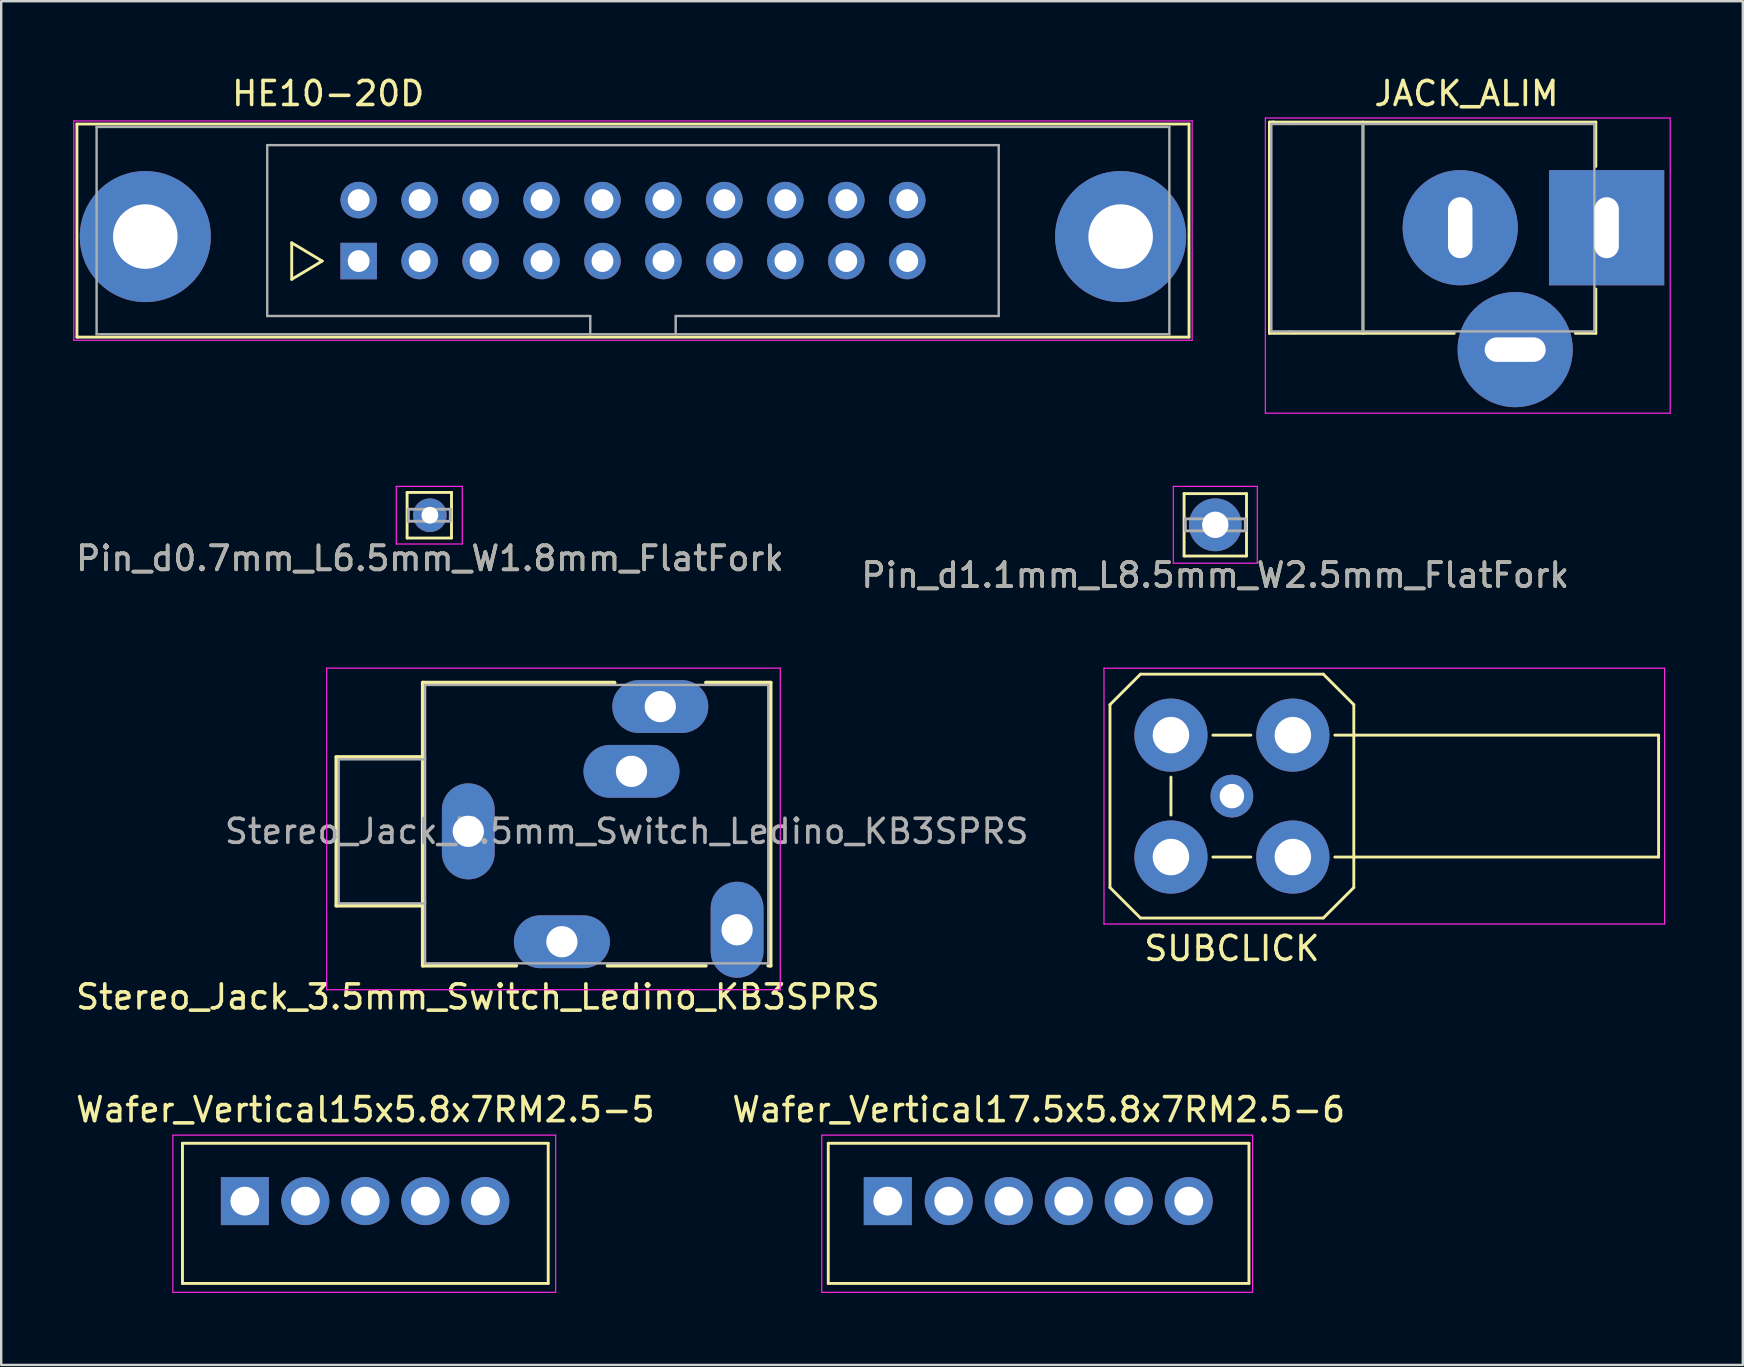
<source format=kicad_pcb>
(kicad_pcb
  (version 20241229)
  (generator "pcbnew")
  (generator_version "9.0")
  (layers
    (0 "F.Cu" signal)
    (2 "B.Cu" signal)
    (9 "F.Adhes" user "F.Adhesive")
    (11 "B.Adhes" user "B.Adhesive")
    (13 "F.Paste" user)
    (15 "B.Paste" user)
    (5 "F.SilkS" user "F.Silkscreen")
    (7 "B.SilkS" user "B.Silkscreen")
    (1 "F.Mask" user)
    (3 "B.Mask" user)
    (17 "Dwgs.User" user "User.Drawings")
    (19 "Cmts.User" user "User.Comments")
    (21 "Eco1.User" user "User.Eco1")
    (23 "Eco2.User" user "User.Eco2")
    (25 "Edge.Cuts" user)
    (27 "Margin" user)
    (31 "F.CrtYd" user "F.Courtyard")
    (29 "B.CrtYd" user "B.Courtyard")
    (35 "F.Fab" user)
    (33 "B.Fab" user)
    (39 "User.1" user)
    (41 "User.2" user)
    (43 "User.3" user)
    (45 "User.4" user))
  (footprint "Wafer_Vertical15x5.8x7RM2.5-5"
    (layer "F.Cu")
    (at 7.153 46.998)
    (property "Reference" "Wafer_Vertical15x5.8x7RM2.5-5" (at 5.02 -3.81 0) (layer "F.SilkS") (effects (font (size 1 1) (thickness 0.15))))
    (attr through_hole)
    (fp_line (start -2.6 -2.41) (end -2.6 3.43) (stroke (width 0.12) (type solid)) (layer "F.SilkS"))
    (fp_line (start -2.6 -2.41) (end 12.64 -2.41) (stroke (width 0.12) (type solid)) (layer "F.SilkS"))
    (fp_line (start 12.64 -2.41) (end 12.64 3.43) (stroke (width 0.12) (type solid)) (layer "F.SilkS"))
    (fp_line (start 12.64 3.43) (end -2.6 3.43) (stroke (width 0.12) (type solid)) (layer "F.SilkS"))
    (fp_line (start -3 -2.75) (end 12.95 -2.75) (stroke (width 0.05) (type solid)) (layer "F.CrtYd"))
    (fp_line (start -3 3.8) (end -3 -2.75) (stroke (width 0.05) (type solid)) (layer "F.CrtYd"))
    (fp_line (start 12.95 -2.75) (end 12.95 3.8) (stroke (width 0.05) (type solid)) (layer "F.CrtYd"))
    (fp_line (start 12.95 3.8) (end -3 3.8) (stroke (width 0.05) (type solid)) (layer "F.CrtYd"))
    (pad "1" thru_hole rect (at 0 0) (size 2 2) (drill 1.2) (layers "*.Cu" "*.Mask"))
    (pad "2" thru_hole circle (at 2.52 0) (size 2 2) (drill 1.2) (layers "*.Cu" "*.Mask"))
    (pad "3" thru_hole circle (at 5.02 0) (size 2 2) (drill 1.2) (layers "*.Cu" "*.Mask"))
    (pad "4" thru_hole circle (at 7.52 0) (size 2 2) (drill 1.2) (layers "*.Cu" "*.Mask"))
    (pad "5" thru_hole circle (at 10.02 0) (size 2 2) (drill 1.2) (layers "*.Cu" "*.Mask")))
  (footprint "Pin_d1.1mm_L8.5mm_W2.5mm_FlatFork"
    (layer "F.Cu")
    (at 47.589 18.818)
    (property "Reference" "Pin_d1.1mm_L8.5mm_W2.5mm_FlatFork" (at 0 2.1 0) (layer "F.SilkS") (effects (font (size 1 1) (thickness 0.15))))
    (attr through_hole)
    (fp_line (start -1.3 -1.3) (end 1.3 -1.3) (stroke (width 0.12) (type solid)) (layer "F.SilkS"))
    (fp_line (start -1.3 1.3) (end -1.3 -1.3) (stroke (width 0.12) (type solid)) (layer "F.SilkS"))
    (fp_line (start -1.3 1.3) (end 1.3 1.3) (stroke (width 0.12) (type solid)) (layer "F.SilkS"))
    (fp_line (start 1.3 -1.3) (end 1.3 1.3) (stroke (width 0.12) (type solid)) (layer "F.SilkS"))
    (fp_line (start -1.75 -1.6) (end -1.75 1.6) (stroke (width 0.05) (type solid)) (layer "F.CrtYd"))
    (fp_line (start -1.75 -1.6) (end 1.75 -1.6) (stroke (width 0.05) (type solid)) (layer "F.CrtYd"))
    (fp_line (start 1.75 1.6) (end -1.75 1.6) (stroke (width 0.05) (type solid)) (layer "F.CrtYd"))
    (fp_line (start 1.75 1.6) (end 1.75 -1.6) (stroke (width 0.05) (type solid)) (layer "F.CrtYd"))
    (fp_line (start -1.25 -0.25) (end -1.25 0.25) (stroke (width 0.12) (type solid)) (layer "F.Fab"))
    (fp_line (start -1.25 0.25) (end 1.25 0.25) (stroke (width 0.12) (type solid)) (layer "F.Fab"))
    (fp_line (start 1.25 -0.25) (end -1.25 -0.25) (stroke (width 0.12) (type solid)) (layer "F.Fab"))
    (fp_line (start 1.25 0.25) (end 1.25 -0.25) (stroke (width 0.12) (type solid)) (layer "F.Fab"))
    (fp_text user "${REFERENCE}" (at 0 2.1 0) (layer "F.Fab") (effects (font (size 1 1) (thickness 0.15))))
    (pad "1" thru_hole circle (at 0 0) (size 2.2 2.2) (drill 1.1) (layers "*.Cu" "*.Mask")))
  (footprint "SUBCLICK"
    (layer "F.Cu")
    (at 48.281 30.122)
    (property "Reference" "SUBCLICK" (at 0 6.35 0) (layer "F.SilkS") (effects (font (size 1 1) (thickness 0.15))))
    (attr through_hole)
    (fp_line (start -5.08 -3.81) (end -3.81 -5.08) (stroke (width 0.12) (type solid)) (layer "F.SilkS"))
    (fp_line (start -5.08 3.81) (end -5.08 -3.81) (stroke (width 0.12) (type solid)) (layer "F.SilkS"))
    (fp_line (start -3.81 -5.08) (end 3.81 -5.08) (stroke (width 0.12) (type solid)) (layer "F.SilkS"))
    (fp_line (start -3.81 5.08) (end -5.08 3.81) (stroke (width 0.12) (type solid)) (layer "F.SilkS"))
    (fp_line (start -2.54 -0.79) (end -2.54 0.79) (stroke (width 0.12) (type solid)) (layer "F.SilkS"))
    (fp_line (start -0.79 -2.54) (end 0.79 -2.54) (stroke (width 0.12) (type solid)) (layer "F.SilkS"))
    (fp_line (start 0.79 2.54) (end -0.79 2.54) (stroke (width 0.12) (type solid)) (layer "F.SilkS"))
    (fp_line (start 3.81 -5.08) (end 5.08 -3.81) (stroke (width 0.12) (type solid)) (layer "F.SilkS"))
    (fp_line (start 3.81 5.08) (end -3.81 5.08) (stroke (width 0.12) (type solid)) (layer "F.SilkS"))
    (fp_line (start 4.29 -2.54) (end 17.78 -2.54) (stroke (width 0.12) (type solid)) (layer "F.SilkS"))
    (fp_line (start 5.08 -3.81) (end 5.08 3.81) (stroke (width 0.12) (type solid)) (layer "F.SilkS"))
    (fp_line (start 5.08 3.81) (end 3.81 5.08) (stroke (width 0.12) (type solid)) (layer "F.SilkS"))
    (fp_line (start 17.78 -2.54) (end 17.78 2.54) (stroke (width 0.12) (type solid)) (layer "F.SilkS"))
    (fp_line (start 17.78 2.54) (end 4.29 2.54) (stroke (width 0.12) (type solid)) (layer "F.SilkS"))
    (fp_line (start -5.33 -5.33) (end -5.33 5.33) (stroke (width 0.05) (type solid)) (layer "F.CrtYd"))
    (fp_line (start -5.33 -5.33) (end 18.03 -5.33) (stroke (width 0.05) (type solid)) (layer "F.CrtYd"))
    (fp_line (start 18.03 5.33) (end -5.33 5.33) (stroke (width 0.05) (type solid)) (layer "F.CrtYd"))
    (fp_line (start 18.03 5.33) (end 18.03 -5.33) (stroke (width 0.05) (type solid)) (layer "F.CrtYd"))
    (pad "1" thru_hole circle (at 0 0) (size 1.78 1.78) (drill 1.02) (layers "*.Cu" "*.Mask"))
    (pad "2" thru_hole circle (at -2.54 -2.54) (size 3.05 3.05) (drill 1.52) (layers "*.Cu" "*.Mask"))
    (pad "2" thru_hole circle (at -2.54 2.54) (size 3.05 3.05) (drill 1.52) (layers "*.Cu" "*.Mask"))
    (pad "2" thru_hole circle (at 2.54 -2.54) (size 3.05 3.05) (drill 1.52) (layers "*.Cu" "*.Mask"))
    (pad "2" thru_hole circle (at 2.54 2.54) (size 3.05 3.05) (drill 1.52) (layers "*.Cu" "*.Mask")))
  (footprint "JACK_ALIM"
    (layer "F.Cu")
    (at 63.895 6.438)
    (property "Reference" "JACK_ALIM" (at -5.84 -5.59 0) (layer "F.SilkS") (effects (font (size 1 1) (thickness 0.15))))
    (attr through_hole)
    (fp_line (start -14.05 -4.4) (end -13.85 -4.4) (stroke (width 0.12) (type solid)) (layer "F.SilkS"))
    (fp_line (start -14.05 4.4) (end -14.05 -4.4) (stroke (width 0.12) (type solid)) (layer "F.SilkS"))
    (fp_line (start -13.95 -4.4) (end -0.45 -4.4) (stroke (width 0.12) (type solid)) (layer "F.SilkS"))
    (fp_line (start -10.15 -4.4) (end -10.15 4.4) (stroke (width 0.12) (type solid)) (layer "F.SilkS"))
    (fp_line (start -6.35 4.4) (end -14.05 4.4) (stroke (width 0.12) (type solid)) (layer "F.SilkS"))
    (fp_line (start -0.45 -4.4) (end -0.45 -2.55) (stroke (width 0.12) (type solid)) (layer "F.SilkS"))
    (fp_line (start -0.45 2.55) (end -0.45 4.4) (stroke (width 0.12) (type solid)) (layer "F.SilkS"))
    (fp_line (start -0.45 4.4) (end -1.3 4.4) (stroke (width 0.12) (type solid)) (layer "F.SilkS"))
    (fp_line (start -14.22 -4.57) (end -14.22 7.73) (stroke (width 0.05) (type solid)) (layer "F.CrtYd"))
    (fp_line (start -14.22 -4.57) (end 2.65 -4.57) (stroke (width 0.05) (type solid)) (layer "F.CrtYd"))
    (fp_line (start 2.65 7.73) (end -14.22 7.73) (stroke (width 0.05) (type solid)) (layer "F.CrtYd"))
    (fp_line (start 2.65 7.73) (end 2.65 -4.57) (stroke (width 0.05) (type solid)) (layer "F.CrtYd"))
    (fp_line (start -13.97 -4.32) (end -13.97 4.32) (stroke (width 0.1) (type solid)) (layer "F.Fab"))
    (fp_line (start -13.97 4.32) (end -13.21 4.32) (stroke (width 0.1) (type solid)) (layer "F.Fab"))
    (fp_line (start -13.21 -4.32) (end -13.97 -4.32) (stroke (width 0.1) (type solid)) (layer "F.Fab"))
    (fp_line (start -13.21 -4.32) (end -0.51 -4.32) (stroke (width 0.1) (type solid)) (layer "F.Fab"))
    (fp_line (start -13.21 4.32) (end -0.51 4.32) (stroke (width 0.1) (type solid)) (layer "F.Fab"))
    (fp_line (start -10.16 -4.32) (end -10.16 4.32) (stroke (width 0.1) (type solid)) (layer "F.Fab"))
    (fp_line (start -0.51 -4.32) (end -0.51 4.32) (stroke (width 0.1) (type solid)) (layer "F.Fab"))
    (pad "1" thru_hole rect (at 0 0) (size 4.8 4.8) (drill oval 1.02 2.54) (layers "*.Cu" "*.Mask"))
    (pad "2" thru_hole circle (at -6.1 0) (size 4.8 4.8) (drill oval 1.02 2.54) (layers "*.Cu" "*.Mask"))
    (pad "3" thru_hole circle (at -3.81 5.08) (size 4.8 4.8) (drill oval 2.54 1.02) (layers "*.Cu" "*.Mask")))
  (footprint "Pin_d0.7mm_L6.5mm_W1.8mm_FlatFork"
    (layer "F.Cu")
    (at 14.863 18.418)
    (property "Reference" "Pin_d0.7mm_L6.5mm_W1.8mm_FlatFork" (at 0 1.8 0) (layer "F.SilkS") (effects (font (size 1 1) (thickness 0.15))))
    (attr through_hole)
    (fp_line (start -0.95 -0.95) (end -0.95 0.95) (stroke (width 0.12) (type solid)) (layer "F.SilkS"))
    (fp_line (start -0.95 0.95) (end 0.9 0.95) (stroke (width 0.12) (type solid)) (layer "F.SilkS"))
    (fp_line (start 0.9 -0.95) (end -0.95 -0.95) (stroke (width 0.12) (type solid)) (layer "F.SilkS"))
    (fp_line (start 0.9 -0.9) (end 0.9 -0.95) (stroke (width 0.12) (type solid)) (layer "F.SilkS"))
    (fp_line (start 0.9 0.95) (end 0.9 -0.9) (stroke (width 0.12) (type solid)) (layer "F.SilkS"))
    (fp_line (start -1.4 -1.2) (end -1.4 1.2) (stroke (width 0.05) (type solid)) (layer "F.CrtYd"))
    (fp_line (start -1.4 -1.2) (end 1.35 -1.2) (stroke (width 0.05) (type solid)) (layer "F.CrtYd"))
    (fp_line (start 1.35 1.2) (end -1.4 1.2) (stroke (width 0.05) (type solid)) (layer "F.CrtYd"))
    (fp_line (start 1.35 1.2) (end 1.35 -1.2) (stroke (width 0.05) (type solid)) (layer "F.CrtYd"))
    (fp_line (start -0.9 -0.25) (end 0.85 -0.25) (stroke (width 0.12) (type solid)) (layer "F.Fab"))
    (fp_line (start -0.9 0.25) (end -0.9 -0.25) (stroke (width 0.12) (type solid)) (layer "F.Fab"))
    (fp_line (start 0.85 -0.25) (end 0.85 0.25) (stroke (width 0.12) (type solid)) (layer "F.Fab"))
    (fp_line (start 0.85 0.25) (end -0.9 0.25) (stroke (width 0.12) (type solid)) (layer "F.Fab"))
    (fp_text user "${REFERENCE}" (at 0 1.8 0) (layer "F.Fab") (effects (font (size 1 1) (thickness 0.15))))
    (pad "1" thru_hole circle (at 0 0) (size 1.4 1.4) (drill 0.7) (layers "*.Cu" "*.Mask")))
  (footprint "Stereo_Jack_3.5mm_Switch_Ledino_KB3SPRS"
    (layer "F.Cu")
    (at 20.363 36.191)
    (property "Reference" "Stereo_Jack_3.5mm_Switch_Ledino_KB3SPRS" (at -3.5 2.3 0) (layer "F.SilkS") (effects (font (size 1 1) (thickness 0.15))))
    (attr through_hole)
    (fp_line (start -9.4 -7.7) (end -9.4 -1.5) (stroke (width 0.15) (type solid)) (layer "F.SilkS"))
    (fp_line (start -9.4 -1.5) (end -5.8 -1.5) (stroke (width 0.15) (type solid)) (layer "F.SilkS"))
    (fp_line (start -5.8 -10.8) (end 2.2 -10.8) (stroke (width 0.15) (type solid)) (layer "F.SilkS"))
    (fp_line (start -5.8 -7.7) (end -9.4 -7.7) (stroke (width 0.15) (type solid)) (layer "F.SilkS"))
    (fp_line (start -5.8 1) (end -5.8 -10.8) (stroke (width 0.15) (type solid)) (layer "F.SilkS"))
    (fp_line (start -1.9 1) (end -5.8 1) (stroke (width 0.15) (type solid)) (layer "F.SilkS"))
    (fp_line (start 6 -10.8) (end 8.7 -10.8) (stroke (width 0.15) (type solid)) (layer "F.SilkS"))
    (fp_line (start 6 1) (end 1.9 1) (stroke (width 0.15) (type solid)) (layer "F.SilkS"))
    (fp_line (start 8.7 -10.8) (end 8.7 1) (stroke (width 0.15) (type solid)) (layer "F.SilkS"))
    (fp_line (start 8.7 1) (end 8.6 1) (stroke (width 0.15) (type solid)) (layer "F.SilkS"))
    (fp_line (start -9.8 -11.4) (end -9.8 2) (stroke (width 0.05) (type solid)) (layer "F.CrtYd"))
    (fp_line (start -9.8 2) (end 9.1 2) (stroke (width 0.05) (type solid)) (layer "F.CrtYd"))
    (fp_line (start 9.1 -11.4) (end -9.8 -11.4) (stroke (width 0.05) (type solid)) (layer "F.CrtYd"))
    (fp_line (start 9.1 2) (end 9.1 -11.4) (stroke (width 0.05) (type solid)) (layer "F.CrtYd"))
    (fp_line (start -9.3 -7.6) (end -9.3 -1.6) (stroke (width 0.1) (type solid)) (layer "F.Fab"))
    (fp_line (start -9.3 -7.6) (end -5.7 -7.6) (stroke (width 0.1) (type solid)) (layer "F.Fab"))
    (fp_line (start -9.3 -1.6) (end -5.7 -1.6) (stroke (width 0.1) (type solid)) (layer "F.Fab"))
    (fp_line (start -5.7 -10.7) (end -5.7 0.9) (stroke (width 0.1) (type solid)) (layer "F.Fab"))
    (fp_line (start -5.7 0.9) (end 8.6 0.9) (stroke (width 0.1) (type solid)) (layer "F.Fab"))
    (fp_line (start 8.6 -10.7) (end -5.7 -10.7) (stroke (width 0.1) (type solid)) (layer "F.Fab"))
    (fp_line (start 8.6 0.9) (end 8.6 -10.7) (stroke (width 0.1) (type solid)) (layer "F.Fab"))
    (fp_text user "${REFERENCE}" (at 2.7 -4.6 0) (layer "F.Fab") (effects (font (size 1 1) (thickness 0.15))))
    (pad "1" thru_hole oval (at 0 0) (size 4 2.2) (drill 1.3) (layers "*.Cu" "*.Mask"))
    (pad "2" thru_hole oval (at 4.1 -9.8) (size 4 2.2) (drill 1.3) (layers "*.Cu" "*.Mask"))
    (pad "3" thru_hole oval (at -3.9 -4.6) (size 2.2 4) (drill 1.3) (layers "*.Cu" "*.Mask"))
    (pad "4" thru_hole oval (at 7.3 -0.5 90) (size 4 2.2) (drill 1.3) (layers "*.Cu" "*.Mask"))
    (pad "5" thru_hole oval (at 2.9 -7.1) (size 4 2.2) (drill 1.3) (layers "*.Cu" "*.Mask")))
  (footprint "Wafer_Vertical17.5x5.8x7RM2.5-6"
    (layer "F.Cu")
    (at 33.942 46.998)
    (property "Reference" "Wafer_Vertical17.5x5.8x7RM2.5-6" (at 6.29 -3.81 0) (layer "F.SilkS") (effects (font (size 1 1) (thickness 0.15))))
    (attr through_hole)
    (fp_line (start -2.48 -2.41) (end -2.48 3.43) (stroke (width 0.12) (type solid)) (layer "F.SilkS"))
    (fp_line (start -2.48 -2.41) (end 15.05 -2.41) (stroke (width 0.12) (type solid)) (layer "F.SilkS"))
    (fp_line (start 15.05 -2.41) (end 15.05 3.43) (stroke (width 0.12) (type solid)) (layer "F.SilkS"))
    (fp_line (start 15.05 3.43) (end -2.48 3.43) (stroke (width 0.12) (type solid)) (layer "F.SilkS"))
    (fp_line (start -2.75 -2.75) (end 15.2 -2.75) (stroke (width 0.05) (type solid)) (layer "F.CrtYd"))
    (fp_line (start -2.75 3.8) (end -2.75 -2.75) (stroke (width 0.05) (type solid)) (layer "F.CrtYd"))
    (fp_line (start 15.2 -2.75) (end 15.2 3.8) (stroke (width 0.05) (type solid)) (layer "F.CrtYd"))
    (fp_line (start 15.2 3.8) (end -2.75 3.8) (stroke (width 0.05) (type solid)) (layer "F.CrtYd"))
    (pad "1" thru_hole rect (at 0 0) (size 2 2) (drill 1.2) (layers "*.Cu" "*.Mask"))
    (pad "2" thru_hole circle (at 2.54 0) (size 2 2) (drill 1.2) (layers "*.Cu" "*.Mask"))
    (pad "3" thru_hole circle (at 5.04 0) (size 2 2) (drill 1.2) (layers "*.Cu" "*.Mask"))
    (pad "4" thru_hole circle (at 7.54 0) (size 2 2) (drill 1.2) (layers "*.Cu" "*.Mask"))
    (pad "5" thru_hole circle (at 10.04 0) (size 2 2) (drill 1.2) (layers "*.Cu" "*.Mask"))
    (pad "6" thru_hole circle (at 12.54 0) (size 2 2) (drill 1.2) (layers "*.Cu" "*.Mask")))
  (footprint "HE10-20D"
    (layer "F.Cu")
    (at 11.895 7.828)
    (property "Reference" "HE10-20D" (at -1.27 -6.98 0) (layer "F.SilkS") (effects (font (size 1 1) (thickness 0.15))))
    (attr through_hole)
    (fp_line (start -11.74 -5.71) (end -11.74 3.17) (stroke (width 0.12) (type solid)) (layer "F.SilkS"))
    (fp_line (start -11.74 -5.71) (end 34.6 -5.71) (stroke (width 0.12) (type solid)) (layer "F.SilkS"))
    (fp_line (start -2.79 -0.76) (end -2.79 0.76) (stroke (width 0.12) (type solid)) (layer "F.SilkS"))
    (fp_line (start -2.79 0.76) (end -1.52 0) (stroke (width 0.12) (type solid)) (layer "F.SilkS"))
    (fp_line (start -1.52 0) (end -2.79 -0.76) (stroke (width 0.12) (type solid)) (layer "F.SilkS"))
    (fp_line (start 34.6 3.17) (end -11.74 3.17) (stroke (width 0.12) (type solid)) (layer "F.SilkS"))
    (fp_line (start 34.6 3.17) (end 34.6 -5.71) (stroke (width 0.12) (type solid)) (layer "F.SilkS"))
    (fp_line (start -11.87 -5.84) (end -11.87 3.3) (stroke (width 0.05) (type solid)) (layer "F.CrtYd"))
    (fp_line (start -11.87 -5.84) (end 34.73 -5.84) (stroke (width 0.05) (type solid)) (layer "F.CrtYd"))
    (fp_line (start 34.73 3.3) (end -11.87 3.3) (stroke (width 0.05) (type solid)) (layer "F.CrtYd"))
    (fp_line (start 34.73 3.3) (end 34.73 -5.84) (stroke (width 0.05) (type solid)) (layer "F.CrtYd"))
    (fp_line (start -10.92 -5.59) (end -10.92 3.05) (stroke (width 0.1) (type solid)) (layer "F.Fab"))
    (fp_line (start -10.92 3.05) (end 33.78 3.05) (stroke (width 0.1) (type solid)) (layer "F.Fab"))
    (fp_line (start -3.81 -4.83) (end 26.67 -4.83) (stroke (width 0.1) (type solid)) (layer "F.Fab"))
    (fp_line (start -3.81 2.29) (end -3.81 -4.83) (stroke (width 0.1) (type solid)) (layer "F.Fab"))
    (fp_line (start 9.65 2.29) (end -3.81 2.29) (stroke (width 0.1) (type solid)) (layer "F.Fab"))
    (fp_line (start 9.65 3.05) (end 9.65 2.29) (stroke (width 0.1) (type solid)) (layer "F.Fab"))
    (fp_line (start 13.21 2.29) (end 13.21 3.05) (stroke (width 0.1) (type solid)) (layer "F.Fab"))
    (fp_line (start 26.67 -4.83) (end 26.67 2.29) (stroke (width 0.1) (type solid)) (layer "F.Fab"))
    (fp_line (start 26.67 2.29) (end 13.21 2.29) (stroke (width 0.1) (type solid)) (layer "F.Fab"))
    (fp_line (start 33.78 -5.59) (end -10.92 -5.59) (stroke (width 0.1) (type solid)) (layer "F.Fab"))
    (fp_line (start 33.78 3.05) (end 33.78 -5.59) (stroke (width 0.1) (type solid)) (layer "F.Fab"))
    (pad "" thru_hole circle (at -8.89 -1.02) (size 5.46 5.46) (drill 2.69) (layers "*.Cu" "*.Mask"))
    (pad "" thru_hole circle (at 31.75 -1.02) (size 5.46 5.46) (drill 2.69) (layers "*.Cu" "*.Mask"))
    (pad "1" thru_hole rect (at 0 0) (size 1.52 1.52) (drill 0.91) (layers "*.Cu" "*.Mask"))
    (pad "2" thru_hole circle (at 0 -2.54) (size 1.52 1.52) (drill 0.91) (layers "*.Cu" "*.Mask"))
    (pad "3" thru_hole circle (at 2.54 0) (size 1.52 1.52) (drill 0.91) (layers "*.Cu" "*.Mask"))
    (pad "4" thru_hole circle (at 2.54 -2.54) (size 1.52 1.52) (drill 0.91) (layers "*.Cu" "*.Mask"))
    (pad "5" thru_hole circle (at 5.08 0) (size 1.52 1.52) (drill 0.91) (layers "*.Cu" "*.Mask"))
    (pad "6" thru_hole circle (at 5.08 -2.54) (size 1.52 1.52) (drill 0.91) (layers "*.Cu" "*.Mask"))
    (pad "7" thru_hole circle (at 7.62 0) (size 1.52 1.52) (drill 0.91) (layers "*.Cu" "*.Mask"))
    (pad "8" thru_hole circle (at 7.62 -2.54) (size 1.52 1.52) (drill 0.91) (layers "*.Cu" "*.Mask"))
    (pad "9" thru_hole circle (at 10.16 0) (size 1.52 1.52) (drill 0.91) (layers "*.Cu" "*.Mask"))
    (pad "10" thru_hole circle (at 10.16 -2.54) (size 1.52 1.52) (drill 0.91) (layers "*.Cu" "*.Mask"))
    (pad "11" thru_hole circle (at 12.7 0) (size 1.52 1.52) (drill 0.91) (layers "*.Cu" "*.Mask"))
    (pad "12" thru_hole circle (at 12.7 -2.54) (size 1.52 1.52) (drill 0.91) (layers "*.Cu" "*.Mask"))
    (pad "13" thru_hole circle (at 15.24 0) (size 1.52 1.52) (drill 0.91) (layers "*.Cu" "*.Mask"))
    (pad "14" thru_hole circle (at 15.24 -2.54) (size 1.52 1.52) (drill 0.91) (layers "*.Cu" "*.Mask"))
    (pad "15" thru_hole circle (at 17.78 0) (size 1.52 1.52) (drill 0.91) (layers "*.Cu" "*.Mask"))
    (pad "16" thru_hole circle (at 17.78 -2.54) (size 1.52 1.52) (drill 0.91) (layers "*.Cu" "*.Mask"))
    (pad "17" thru_hole circle (at 20.32 0) (size 1.52 1.52) (drill 0.91) (layers "*.Cu" "*.Mask"))
    (pad "18" thru_hole circle (at 20.32 -2.54) (size 1.52 1.52) (drill 0.91) (layers "*.Cu" "*.Mask"))
    (pad "19" thru_hole circle (at 22.86 0) (size 1.52 1.52) (drill 0.91) (layers "*.Cu" "*.Mask"))
    (pad "20" thru_hole circle (at 22.86 -2.54) (size 1.52 1.52) (drill 0.91) (layers "*.Cu" "*.Mask")))
  (gr_rect
    (start -3 -3)
    (end 69.57 53.823)
    (stroke (width 0.1) (type default))
    (fill no)
    (layer "Edge.Cuts")))
</source>
